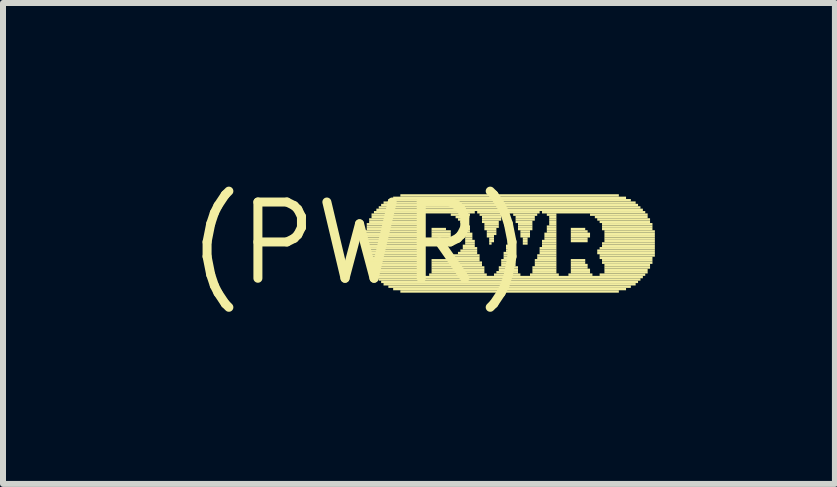
<source format=kicad_pcb>
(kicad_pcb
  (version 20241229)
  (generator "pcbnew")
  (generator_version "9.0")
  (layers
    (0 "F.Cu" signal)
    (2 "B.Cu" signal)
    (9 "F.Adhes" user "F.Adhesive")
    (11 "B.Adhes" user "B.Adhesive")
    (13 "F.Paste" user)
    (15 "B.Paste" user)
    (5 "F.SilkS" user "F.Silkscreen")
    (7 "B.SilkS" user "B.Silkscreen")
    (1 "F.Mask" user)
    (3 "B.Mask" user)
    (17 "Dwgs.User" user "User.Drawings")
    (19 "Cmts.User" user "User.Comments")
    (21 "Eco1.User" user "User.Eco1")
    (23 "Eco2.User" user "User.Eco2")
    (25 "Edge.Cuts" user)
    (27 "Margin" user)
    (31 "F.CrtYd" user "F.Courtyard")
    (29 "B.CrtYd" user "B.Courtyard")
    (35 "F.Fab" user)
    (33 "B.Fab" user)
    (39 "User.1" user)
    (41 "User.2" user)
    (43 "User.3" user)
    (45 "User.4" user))
  (footprint "(PWR)"
    (layer "F.Cu")
    (at 2.94 1.006)
    (property "Reference" "(PWR)" (at 0 0 0) (layer "F.SilkS") (effects (font (size 1.27 1.27) (thickness 0.15))))
    (attr through_hole)
    (fp_poly (pts (xy 0.08 -0.18) (xy 0.96 -0.18) (xy 0.96 -0.22) (xy 0.08 -0.22)) (stroke (width 0) (type solid)) (fill yes) (layer "F.SilkS"))
    (fp_poly (pts (xy 0.08 -0.14) (xy 0.96 -0.14) (xy 0.96 -0.18) (xy 0.08 -0.18)) (stroke (width 0) (type solid)) (fill yes) (layer "F.SilkS"))
    (fp_poly (pts (xy 0.08 -0.1) (xy 0.96 -0.1) (xy 0.96 -0.14) (xy 0.08 -0.14)) (stroke (width 0) (type solid)) (fill yes) (layer "F.SilkS"))
    (fp_poly (pts (xy 0.08 -0.06) (xy 0.96 -0.06) (xy 0.96 -0.1) (xy 0.08 -0.1)) (stroke (width 0) (type solid)) (fill yes) (layer "F.SilkS"))
    (fp_poly (pts (xy 0.08 -0.02) (xy 0.96 -0.02) (xy 0.96 -0.06) (xy 0.08 -0.06)) (stroke (width 0) (type solid)) (fill yes) (layer "F.SilkS"))
    (fp_poly (pts (xy 0.08 0.02) (xy 0.96 0.02) (xy 0.96 -0.02) (xy 0.08 -0.02)) (stroke (width 0) (type solid)) (fill yes) (layer "F.SilkS"))
    (fp_poly (pts (xy 0.08 0.06) (xy 0.96 0.06) (xy 0.96 0.02) (xy 0.08 0.02)) (stroke (width 0) (type solid)) (fill yes) (layer "F.SilkS"))
    (fp_poly (pts (xy 0.08 0.1) (xy 0.96 0.1) (xy 0.96 0.06) (xy 0.08 0.06)) (stroke (width 0) (type solid)) (fill yes) (layer "F.SilkS"))
    (fp_poly (pts (xy 0.08 0.14) (xy 0.96 0.14) (xy 0.96 0.1) (xy 0.08 0.1)) (stroke (width 0) (type solid)) (fill yes) (layer "F.SilkS"))
    (fp_poly (pts (xy 0.08 0.18) (xy 0.96 0.18) (xy 0.96 0.14) (xy 0.08 0.14)) (stroke (width 0) (type solid)) (fill yes) (layer "F.SilkS"))
    (fp_poly (pts (xy 0.08 0.22) (xy 0.96 0.22) (xy 0.96 0.18) (xy 0.08 0.18)) (stroke (width 0) (type solid)) (fill yes) (layer "F.SilkS"))
    (fp_poly (pts (xy 0.12 -0.3) (xy 0.96 -0.3) (xy 0.96 -0.34) (xy 0.12 -0.34)) (stroke (width 0) (type solid)) (fill yes) (layer "F.SilkS"))
    (fp_poly (pts (xy 0.12 -0.26) (xy 0.96 -0.26) (xy 0.96 -0.3) (xy 0.12 -0.3)) (stroke (width 0) (type solid)) (fill yes) (layer "F.SilkS"))
    (fp_poly (pts (xy 0.12 -0.22) (xy 0.96 -0.22) (xy 0.96 -0.26) (xy 0.12 -0.26)) (stroke (width 0) (type solid)) (fill yes) (layer "F.SilkS"))
    (fp_poly (pts (xy 0.12 0.26) (xy 0.96 0.26) (xy 0.96 0.22) (xy 0.12 0.22)) (stroke (width 0) (type solid)) (fill yes) (layer "F.SilkS"))
    (fp_poly (pts (xy 0.12 0.3) (xy 0.96 0.3) (xy 0.96 0.26) (xy 0.12 0.26)) (stroke (width 0) (type solid)) (fill yes) (layer "F.SilkS"))
    (fp_poly (pts (xy 0.12 0.34) (xy 0.96 0.34) (xy 0.96 0.3) (xy 0.12 0.3)) (stroke (width 0) (type solid)) (fill yes) (layer "F.SilkS"))
    (fp_poly (pts (xy 0.16 -0.38) (xy 0.96 -0.38) (xy 0.96 -0.42) (xy 0.16 -0.42)) (stroke (width 0) (type solid)) (fill yes) (layer "F.SilkS"))
    (fp_poly (pts (xy 0.16 -0.34) (xy 0.96 -0.34) (xy 0.96 -0.38) (xy 0.16 -0.38)) (stroke (width 0) (type solid)) (fill yes) (layer "F.SilkS"))
    (fp_poly (pts (xy 0.16 0.38) (xy 0.96 0.38) (xy 0.96 0.34) (xy 0.16 0.34)) (stroke (width 0) (type solid)) (fill yes) (layer "F.SilkS"))
    (fp_poly (pts (xy 0.16 0.42) (xy 0.96 0.42) (xy 0.96 0.38) (xy 0.16 0.38)) (stroke (width 0) (type solid)) (fill yes) (layer "F.SilkS"))
    (fp_poly (pts (xy 0.2 -0.46) (xy 0.96 -0.46) (xy 0.96 -0.5) (xy 0.2 -0.5)) (stroke (width 0) (type solid)) (fill yes) (layer "F.SilkS"))
    (fp_poly (pts (xy 0.2 -0.42) (xy 0.96 -0.42) (xy 0.96 -0.46) (xy 0.2 -0.46)) (stroke (width 0) (type solid)) (fill yes) (layer "F.SilkS"))
    (fp_poly (pts (xy 0.2 0.46) (xy 0.96 0.46) (xy 0.96 0.42) (xy 0.2 0.42)) (stroke (width 0) (type solid)) (fill yes) (layer "F.SilkS"))
    (fp_poly (pts (xy 0.2 0.5) (xy 0.96 0.5) (xy 0.96 0.46) (xy 0.2 0.46)) (stroke (width 0) (type solid)) (fill yes) (layer "F.SilkS"))
    (fp_poly (pts (xy 0.24 -0.5) (xy 1.92 -0.5) (xy 1.92 -0.54) (xy 0.24 -0.54)) (stroke (width 0) (type solid)) (fill yes) (layer "F.SilkS"))
    (fp_poly (pts (xy 0.24 0.54) (xy 1 0.54) (xy 1 0.5) (xy 0.24 0.5)) (stroke (width 0) (type solid)) (fill yes) (layer "F.SilkS"))
    (fp_poly (pts (xy 0.28 -0.54) (xy 4.72 -0.54) (xy 4.72 -0.58) (xy 0.28 -0.58)) (stroke (width 0) (type solid)) (fill yes) (layer "F.SilkS"))
    (fp_poly (pts (xy 0.28 0.58) (xy 4.72 0.58) (xy 4.72 0.54) (xy 0.28 0.54)) (stroke (width 0) (type solid)) (fill yes) (layer "F.SilkS"))
    (fp_poly (pts (xy 0.32 -0.58) (xy 4.68 -0.58) (xy 4.68 -0.62) (xy 0.32 -0.62)) (stroke (width 0) (type solid)) (fill yes) (layer "F.SilkS"))
    (fp_poly (pts (xy 0.32 0.62) (xy 4.68 0.62) (xy 4.68 0.58) (xy 0.32 0.58)) (stroke (width 0) (type solid)) (fill yes) (layer "F.SilkS"))
    (fp_poly (pts (xy 0.36 -0.62) (xy 4.64 -0.62) (xy 4.64 -0.66) (xy 0.36 -0.66)) (stroke (width 0) (type solid)) (fill yes) (layer "F.SilkS"))
    (fp_poly (pts (xy 0.36 0.66) (xy 4.64 0.66) (xy 4.64 0.62) (xy 0.36 0.62)) (stroke (width 0) (type solid)) (fill yes) (layer "F.SilkS"))
    (fp_poly (pts (xy 0.4 -0.66) (xy 4.6 -0.66) (xy 4.6 -0.7) (xy 0.4 -0.7)) (stroke (width 0) (type solid)) (fill yes) (layer "F.SilkS"))
    (fp_poly (pts (xy 0.4 0.7) (xy 4.6 0.7) (xy 4.6 0.66) (xy 0.4 0.66)) (stroke (width 0) (type solid)) (fill yes) (layer "F.SilkS"))
    (fp_poly (pts (xy 0.48 -0.7) (xy 4.52 -0.7) (xy 4.52 -0.74) (xy 0.48 -0.74)) (stroke (width 0) (type solid)) (fill yes) (layer "F.SilkS"))
    (fp_poly (pts (xy 0.48 0.74) (xy 4.52 0.74) (xy 4.52 0.7) (xy 0.48 0.7)) (stroke (width 0) (type solid)) (fill yes) (layer "F.SilkS"))
    (fp_poly (pts (xy 0.56 -0.74) (xy 4.44 -0.74) (xy 4.44 -0.78) (xy 0.56 -0.78)) (stroke (width 0) (type solid)) (fill yes) (layer "F.SilkS"))
    (fp_poly (pts (xy 0.56 0.78) (xy 4.44 0.78) (xy 4.44 0.74) (xy 0.56 0.74)) (stroke (width 0) (type solid)) (fill yes) (layer "F.SilkS"))
    (fp_poly (pts (xy 0.68 -0.78) (xy 4.32 -0.78) (xy 4.32 -0.82) (xy 0.68 -0.82)) (stroke (width 0) (type solid)) (fill yes) (layer "F.SilkS"))
    (fp_poly (pts (xy 0.68 0.82) (xy 4.32 0.82) (xy 4.32 0.78) (xy 0.68 0.78)) (stroke (width 0) (type solid)) (fill yes) (layer "F.SilkS"))
    (fp_poly (pts (xy 1.16 0.54) (xy 2.12 0.54) (xy 2.12 0.5) (xy 1.16 0.5)) (stroke (width 0) (type solid)) (fill yes) (layer "F.SilkS"))
    (fp_poly (pts (xy 1.2 -0.22) (xy 1.44 -0.22) (xy 1.44 -0.26) (xy 1.2 -0.26)) (stroke (width 0) (type solid)) (fill yes) (layer "F.SilkS"))
    (fp_poly (pts (xy 1.2 -0.18) (xy 1.52 -0.18) (xy 1.52 -0.22) (xy 1.2 -0.22)) (stroke (width 0) (type solid)) (fill yes) (layer "F.SilkS"))
    (fp_poly (pts (xy 1.2 -0.14) (xy 1.52 -0.14) (xy 1.52 -0.18) (xy 1.2 -0.18)) (stroke (width 0) (type solid)) (fill yes) (layer "F.SilkS"))
    (fp_poly (pts (xy 1.2 -0.1) (xy 1.52 -0.1) (xy 1.52 -0.14) (xy 1.2 -0.14)) (stroke (width 0) (type solid)) (fill yes) (layer "F.SilkS"))
    (fp_poly (pts (xy 1.2 -0.06) (xy 1.52 -0.06) (xy 1.52 -0.1) (xy 1.2 -0.1)) (stroke (width 0) (type solid)) (fill yes) (layer "F.SilkS"))
    (fp_poly (pts (xy 1.2 -0.02) (xy 1.48 -0.02) (xy 1.48 -0.06) (xy 1.2 -0.06)) (stroke (width 0) (type solid)) (fill yes) (layer "F.SilkS"))
    (fp_poly (pts (xy 1.2 0.3) (xy 2 0.3) (xy 2 0.26) (xy 1.2 0.26)) (stroke (width 0) (type solid)) (fill yes) (layer "F.SilkS"))
    (fp_poly (pts (xy 1.2 0.34) (xy 2.04 0.34) (xy 2.04 0.3) (xy 1.2 0.3)) (stroke (width 0) (type solid)) (fill yes) (layer "F.SilkS"))
    (fp_poly (pts (xy 1.2 0.38) (xy 2.04 0.38) (xy 2.04 0.34) (xy 1.2 0.34)) (stroke (width 0) (type solid)) (fill yes) (layer "F.SilkS"))
    (fp_poly (pts (xy 1.2 0.42) (xy 2.08 0.42) (xy 2.08 0.38) (xy 1.2 0.38)) (stroke (width 0) (type solid)) (fill yes) (layer "F.SilkS"))
    (fp_poly (pts (xy 1.2 0.46) (xy 2.08 0.46) (xy 2.08 0.42) (xy 1.2 0.42)) (stroke (width 0) (type solid)) (fill yes) (layer "F.SilkS"))
    (fp_poly (pts (xy 1.2 0.5) (xy 2.08 0.5) (xy 2.08 0.46) (xy 1.2 0.46)) (stroke (width 0) (type solid)) (fill yes) (layer "F.SilkS"))
    (fp_poly (pts (xy 1.44 0.26) (xy 2 0.26) (xy 2 0.22) (xy 1.44 0.22)) (stroke (width 0) (type solid)) (fill yes) (layer "F.SilkS"))
    (fp_poly (pts (xy 1.52 -0.46) (xy 1.84 -0.46) (xy 1.84 -0.5) (xy 1.52 -0.5)) (stroke (width 0) (type solid)) (fill yes) (layer "F.SilkS"))
    (fp_poly (pts (xy 1.56 0.22) (xy 2 0.22) (xy 2 0.18) (xy 1.56 0.18)) (stroke (width 0) (type solid)) (fill yes) (layer "F.SilkS"))
    (fp_poly (pts (xy 1.6 -0.42) (xy 1.8 -0.42) (xy 1.8 -0.46) (xy 1.6 -0.46)) (stroke (width 0) (type solid)) (fill yes) (layer "F.SilkS"))
    (fp_poly (pts (xy 1.64 -0.38) (xy 1.8 -0.38) (xy 1.8 -0.42) (xy 1.64 -0.42)) (stroke (width 0) (type solid)) (fill yes) (layer "F.SilkS"))
    (fp_poly (pts (xy 1.64 0.18) (xy 1.96 0.18) (xy 1.96 0.14) (xy 1.64 0.14)) (stroke (width 0) (type solid)) (fill yes) (layer "F.SilkS"))
    (fp_poly (pts (xy 1.68 -0.34) (xy 1.8 -0.34) (xy 1.8 -0.38) (xy 1.68 -0.38)) (stroke (width 0) (type solid)) (fill yes) (layer "F.SilkS"))
    (fp_poly (pts (xy 1.68 0.14) (xy 1.96 0.14) (xy 1.96 0.1) (xy 1.68 0.1)) (stroke (width 0) (type solid)) (fill yes) (layer "F.SilkS"))
    (fp_poly (pts (xy 1.72 -0.3) (xy 1.8 -0.3) (xy 1.8 -0.34) (xy 1.72 -0.34)) (stroke (width 0) (type solid)) (fill yes) (layer "F.SilkS"))
    (fp_poly (pts (xy 1.72 -0.26) (xy 1.84 -0.26) (xy 1.84 -0.3) (xy 1.72 -0.3)) (stroke (width 0) (type solid)) (fill yes) (layer "F.SilkS"))
    (fp_poly (pts (xy 1.72 0.06) (xy 1.92 0.06) (xy 1.92 0.02) (xy 1.72 0.02)) (stroke (width 0) (type solid)) (fill yes) (layer "F.SilkS"))
    (fp_poly (pts (xy 1.72 0.1) (xy 1.96 0.1) (xy 1.96 0.06) (xy 1.72 0.06)) (stroke (width 0) (type solid)) (fill yes) (layer "F.SilkS"))
    (fp_poly (pts (xy 1.76 -0.22) (xy 1.84 -0.22) (xy 1.84 -0.26) (xy 1.76 -0.26)) (stroke (width 0) (type solid)) (fill yes) (layer "F.SilkS"))
    (fp_poly (pts (xy 1.76 -0.18) (xy 1.84 -0.18) (xy 1.84 -0.22) (xy 1.76 -0.22)) (stroke (width 0) (type solid)) (fill yes) (layer "F.SilkS"))
    (fp_poly (pts (xy 1.76 -0.14) (xy 1.88 -0.14) (xy 1.88 -0.18) (xy 1.76 -0.18)) (stroke (width 0) (type solid)) (fill yes) (layer "F.SilkS"))
    (fp_poly (pts (xy 1.76 -0.1) (xy 1.88 -0.1) (xy 1.88 -0.14) (xy 1.76 -0.14)) (stroke (width 0) (type solid)) (fill yes) (layer "F.SilkS"))
    (fp_poly (pts (xy 1.76 -0.06) (xy 1.88 -0.06) (xy 1.88 -0.1) (xy 1.76 -0.1)) (stroke (width 0) (type solid)) (fill yes) (layer "F.SilkS"))
    (fp_poly (pts (xy 1.76 -0.02) (xy 1.92 -0.02) (xy 1.92 -0.06) (xy 1.76 -0.06)) (stroke (width 0) (type solid)) (fill yes) (layer "F.SilkS"))
    (fp_poly (pts (xy 1.76 0.02) (xy 1.92 0.02) (xy 1.92 -0.02) (xy 1.76 -0.02)) (stroke (width 0) (type solid)) (fill yes) (layer "F.SilkS"))
    (fp_poly (pts (xy 1.96 -0.5) (xy 3 -0.5) (xy 3 -0.54) (xy 1.96 -0.54)) (stroke (width 0) (type solid)) (fill yes) (layer "F.SilkS"))
    (fp_poly (pts (xy 2 -0.46) (xy 2.4 -0.46) (xy 2.4 -0.5) (xy 2 -0.5)) (stroke (width 0) (type solid)) (fill yes) (layer "F.SilkS"))
    (fp_poly (pts (xy 2.04 -0.42) (xy 2.36 -0.42) (xy 2.36 -0.46) (xy 2.04 -0.46)) (stroke (width 0) (type solid)) (fill yes) (layer "F.SilkS"))
    (fp_poly (pts (xy 2.04 -0.38) (xy 2.36 -0.38) (xy 2.36 -0.42) (xy 2.04 -0.42)) (stroke (width 0) (type solid)) (fill yes) (layer "F.SilkS"))
    (fp_poly (pts (xy 2.04 -0.34) (xy 2.32 -0.34) (xy 2.32 -0.38) (xy 2.04 -0.38)) (stroke (width 0) (type solid)) (fill yes) (layer "F.SilkS"))
    (fp_poly (pts (xy 2.08 -0.3) (xy 2.32 -0.3) (xy 2.32 -0.34) (xy 2.08 -0.34)) (stroke (width 0) (type solid)) (fill yes) (layer "F.SilkS"))
    (fp_poly (pts (xy 2.08 -0.26) (xy 2.32 -0.26) (xy 2.32 -0.3) (xy 2.08 -0.3)) (stroke (width 0) (type solid)) (fill yes) (layer "F.SilkS"))
    (fp_poly (pts (xy 2.08 -0.22) (xy 2.28 -0.22) (xy 2.28 -0.26) (xy 2.08 -0.26)) (stroke (width 0) (type solid)) (fill yes) (layer "F.SilkS"))
    (fp_poly (pts (xy 2.12 -0.18) (xy 2.28 -0.18) (xy 2.28 -0.22) (xy 2.12 -0.22)) (stroke (width 0) (type solid)) (fill yes) (layer "F.SilkS"))
    (fp_poly (pts (xy 2.12 -0.14) (xy 2.28 -0.14) (xy 2.28 -0.18) (xy 2.12 -0.18)) (stroke (width 0) (type solid)) (fill yes) (layer "F.SilkS"))
    (fp_poly (pts (xy 2.12 -0.1) (xy 2.24 -0.1) (xy 2.24 -0.14) (xy 2.12 -0.14)) (stroke (width 0) (type solid)) (fill yes) (layer "F.SilkS"))
    (fp_poly (pts (xy 2.16 -0.06) (xy 2.24 -0.06) (xy 2.24 -0.1) (xy 2.16 -0.1)) (stroke (width 0) (type solid)) (fill yes) (layer "F.SilkS"))
    (fp_poly (pts (xy 2.16 -0.02) (xy 2.24 -0.02) (xy 2.24 -0.06) (xy 2.16 -0.06)) (stroke (width 0) (type solid)) (fill yes) (layer "F.SilkS"))
    (fp_poly (pts (xy 2.16 0.02) (xy 2.2 0.02) (xy 2.2 -0.02) (xy 2.16 -0.02)) (stroke (width 0) (type solid)) (fill yes) (layer "F.SilkS"))
    (fp_poly (pts (xy 2.24 0.54) (xy 2.68 0.54) (xy 2.68 0.5) (xy 2.24 0.5)) (stroke (width 0) (type solid)) (fill yes) (layer "F.SilkS"))
    (fp_poly (pts (xy 2.28 0.5) (xy 2.64 0.5) (xy 2.64 0.46) (xy 2.28 0.46)) (stroke (width 0) (type solid)) (fill yes) (layer "F.SilkS"))
    (fp_poly (pts (xy 2.32 0.42) (xy 2.64 0.42) (xy 2.64 0.38) (xy 2.32 0.38)) (stroke (width 0) (type solid)) (fill yes) (layer "F.SilkS"))
    (fp_poly (pts (xy 2.32 0.46) (xy 2.64 0.46) (xy 2.64 0.42) (xy 2.32 0.42)) (stroke (width 0) (type solid)) (fill yes) (layer "F.SilkS"))
    (fp_poly (pts (xy 2.36 0.3) (xy 2.6 0.3) (xy 2.6 0.26) (xy 2.36 0.26)) (stroke (width 0) (type solid)) (fill yes) (layer "F.SilkS"))
    (fp_poly (pts (xy 2.36 0.34) (xy 2.6 0.34) (xy 2.6 0.3) (xy 2.36 0.3)) (stroke (width 0) (type solid)) (fill yes) (layer "F.SilkS"))
    (fp_poly (pts (xy 2.36 0.38) (xy 2.6 0.38) (xy 2.6 0.34) (xy 2.36 0.34)) (stroke (width 0) (type solid)) (fill yes) (layer "F.SilkS"))
    (fp_poly (pts (xy 2.4 0.18) (xy 2.56 0.18) (xy 2.56 0.14) (xy 2.4 0.14)) (stroke (width 0) (type solid)) (fill yes) (layer "F.SilkS"))
    (fp_poly (pts (xy 2.4 0.22) (xy 2.56 0.22) (xy 2.56 0.18) (xy 2.4 0.18)) (stroke (width 0) (type solid)) (fill yes) (layer "F.SilkS"))
    (fp_poly (pts (xy 2.4 0.26) (xy 2.56 0.26) (xy 2.56 0.22) (xy 2.4 0.22)) (stroke (width 0) (type solid)) (fill yes) (layer "F.SilkS"))
    (fp_poly (pts (xy 2.44 0.06) (xy 2.52 0.06) (xy 2.52 0.02) (xy 2.44 0.02)) (stroke (width 0) (type solid)) (fill yes) (layer "F.SilkS"))
    (fp_poly (pts (xy 2.44 0.1) (xy 2.52 0.1) (xy 2.52 0.06) (xy 2.44 0.06)) (stroke (width 0) (type solid)) (fill yes) (layer "F.SilkS"))
    (fp_poly (pts (xy 2.44 0.14) (xy 2.52 0.14) (xy 2.52 0.1) (xy 2.44 0.1)) (stroke (width 0) (type solid)) (fill yes) (layer "F.SilkS"))
    (fp_poly (pts (xy 2.56 -0.46) (xy 2.96 -0.46) (xy 2.96 -0.5) (xy 2.56 -0.5)) (stroke (width 0) (type solid)) (fill yes) (layer "F.SilkS"))
    (fp_poly (pts (xy 2.6 -0.42) (xy 2.92 -0.42) (xy 2.92 -0.46) (xy 2.6 -0.46)) (stroke (width 0) (type solid)) (fill yes) (layer "F.SilkS"))
    (fp_poly (pts (xy 2.6 -0.38) (xy 2.92 -0.38) (xy 2.92 -0.42) (xy 2.6 -0.42)) (stroke (width 0) (type solid)) (fill yes) (layer "F.SilkS"))
    (fp_poly (pts (xy 2.6 -0.34) (xy 2.88 -0.34) (xy 2.88 -0.38) (xy 2.6 -0.38)) (stroke (width 0) (type solid)) (fill yes) (layer "F.SilkS"))
    (fp_poly (pts (xy 2.64 -0.3) (xy 2.88 -0.3) (xy 2.88 -0.34) (xy 2.64 -0.34)) (stroke (width 0) (type solid)) (fill yes) (layer "F.SilkS"))
    (fp_poly (pts (xy 2.64 -0.26) (xy 2.88 -0.26) (xy 2.88 -0.3) (xy 2.64 -0.3)) (stroke (width 0) (type solid)) (fill yes) (layer "F.SilkS"))
    (fp_poly (pts (xy 2.64 -0.22) (xy 2.88 -0.22) (xy 2.88 -0.26) (xy 2.64 -0.26)) (stroke (width 0) (type solid)) (fill yes) (layer "F.SilkS"))
    (fp_poly (pts (xy 2.68 -0.18) (xy 2.84 -0.18) (xy 2.84 -0.22) (xy 2.68 -0.22)) (stroke (width 0) (type solid)) (fill yes) (layer "F.SilkS"))
    (fp_poly (pts (xy 2.68 -0.14) (xy 2.84 -0.14) (xy 2.84 -0.18) (xy 2.68 -0.18)) (stroke (width 0) (type solid)) (fill yes) (layer "F.SilkS"))
    (fp_poly (pts (xy 2.68 -0.1) (xy 2.84 -0.1) (xy 2.84 -0.14) (xy 2.68 -0.14)) (stroke (width 0) (type solid)) (fill yes) (layer "F.SilkS"))
    (fp_poly (pts (xy 2.72 -0.06) (xy 2.8 -0.06) (xy 2.8 -0.1) (xy 2.72 -0.1)) (stroke (width 0) (type solid)) (fill yes) (layer "F.SilkS"))
    (fp_poly (pts (xy 2.72 -0.02) (xy 2.8 -0.02) (xy 2.8 -0.06) (xy 2.72 -0.06)) (stroke (width 0) (type solid)) (fill yes) (layer "F.SilkS"))
    (fp_poly (pts (xy 2.72 0.02) (xy 2.8 0.02) (xy 2.8 -0.02) (xy 2.72 -0.02)) (stroke (width 0) (type solid)) (fill yes) (layer "F.SilkS"))
    (fp_poly (pts (xy 2.84 0.54) (xy 3.32 0.54) (xy 3.32 0.5) (xy 2.84 0.5)) (stroke (width 0) (type solid)) (fill yes) (layer "F.SilkS"))
    (fp_poly (pts (xy 2.88 0.42) (xy 3.28 0.42) (xy 3.28 0.38) (xy 2.88 0.38)) (stroke (width 0) (type solid)) (fill yes) (layer "F.SilkS"))
    (fp_poly (pts (xy 2.88 0.46) (xy 3.28 0.46) (xy 3.28 0.42) (xy 2.88 0.42)) (stroke (width 0) (type solid)) (fill yes) (layer "F.SilkS"))
    (fp_poly (pts (xy 2.88 0.5) (xy 3.28 0.5) (xy 3.28 0.46) (xy 2.88 0.46)) (stroke (width 0) (type solid)) (fill yes) (layer "F.SilkS"))
    (fp_poly (pts (xy 2.92 0.3) (xy 3.28 0.3) (xy 3.28 0.26) (xy 2.92 0.26)) (stroke (width 0) (type solid)) (fill yes) (layer "F.SilkS"))
    (fp_poly (pts (xy 2.92 0.34) (xy 3.28 0.34) (xy 3.28 0.3) (xy 2.92 0.3)) (stroke (width 0) (type solid)) (fill yes) (layer "F.SilkS"))
    (fp_poly (pts (xy 2.92 0.38) (xy 3.28 0.38) (xy 3.28 0.34) (xy 2.92 0.34)) (stroke (width 0) (type solid)) (fill yes) (layer "F.SilkS"))
    (fp_poly (pts (xy 2.96 0.22) (xy 3.28 0.22) (xy 3.28 0.18) (xy 2.96 0.18)) (stroke (width 0) (type solid)) (fill yes) (layer "F.SilkS"))
    (fp_poly (pts (xy 2.96 0.26) (xy 3.28 0.26) (xy 3.28 0.22) (xy 2.96 0.22)) (stroke (width 0) (type solid)) (fill yes) (layer "F.SilkS"))
    (fp_poly (pts (xy 3 0.1) (xy 3.28 0.1) (xy 3.28 0.06) (xy 3 0.06)) (stroke (width 0) (type solid)) (fill yes) (layer "F.SilkS"))
    (fp_poly (pts (xy 3 0.14) (xy 3.28 0.14) (xy 3.28 0.1) (xy 3 0.1)) (stroke (width 0) (type solid)) (fill yes) (layer "F.SilkS"))
    (fp_poly (pts (xy 3 0.18) (xy 3.28 0.18) (xy 3.28 0.14) (xy 3 0.14)) (stroke (width 0) (type solid)) (fill yes) (layer "F.SilkS"))
    (fp_poly (pts (xy 3.04 -0.5) (xy 4.76 -0.5) (xy 4.76 -0.54) (xy 3.04 -0.54)) (stroke (width 0) (type solid)) (fill yes) (layer "F.SilkS"))
    (fp_poly (pts (xy 3.04 -0.02) (xy 3.28 -0.02) (xy 3.28 -0.06) (xy 3.04 -0.06)) (stroke (width 0) (type solid)) (fill yes) (layer "F.SilkS"))
    (fp_poly (pts (xy 3.04 0.02) (xy 3.28 0.02) (xy 3.28 -0.02) (xy 3.04 -0.02)) (stroke (width 0) (type solid)) (fill yes) (layer "F.SilkS"))
    (fp_poly (pts (xy 3.04 0.06) (xy 3.28 0.06) (xy 3.28 0.02) (xy 3.04 0.02)) (stroke (width 0) (type solid)) (fill yes) (layer "F.SilkS"))
    (fp_poly (pts (xy 3.08 -0.14) (xy 3.28 -0.14) (xy 3.28 -0.18) (xy 3.08 -0.18)) (stroke (width 0) (type solid)) (fill yes) (layer "F.SilkS"))
    (fp_poly (pts (xy 3.08 -0.1) (xy 3.28 -0.1) (xy 3.28 -0.14) (xy 3.08 -0.14)) (stroke (width 0) (type solid)) (fill yes) (layer "F.SilkS"))
    (fp_poly (pts (xy 3.08 -0.06) (xy 3.28 -0.06) (xy 3.28 -0.1) (xy 3.08 -0.1)) (stroke (width 0) (type solid)) (fill yes) (layer "F.SilkS"))
    (fp_poly (pts (xy 3.12 -0.46) (xy 3.28 -0.46) (xy 3.28 -0.5) (xy 3.12 -0.5)) (stroke (width 0) (type solid)) (fill yes) (layer "F.SilkS"))
    (fp_poly (pts (xy 3.12 -0.26) (xy 3.28 -0.26) (xy 3.28 -0.3) (xy 3.12 -0.3)) (stroke (width 0) (type solid)) (fill yes) (layer "F.SilkS"))
    (fp_poly (pts (xy 3.12 -0.22) (xy 3.28 -0.22) (xy 3.28 -0.26) (xy 3.12 -0.26)) (stroke (width 0) (type solid)) (fill yes) (layer "F.SilkS"))
    (fp_poly (pts (xy 3.12 -0.18) (xy 3.28 -0.18) (xy 3.28 -0.22) (xy 3.12 -0.22)) (stroke (width 0) (type solid)) (fill yes) (layer "F.SilkS"))
    (fp_poly (pts (xy 3.16 -0.42) (xy 3.28 -0.42) (xy 3.28 -0.46) (xy 3.16 -0.46)) (stroke (width 0) (type solid)) (fill yes) (layer "F.SilkS"))
    (fp_poly (pts (xy 3.16 -0.38) (xy 3.28 -0.38) (xy 3.28 -0.42) (xy 3.16 -0.42)) (stroke (width 0) (type solid)) (fill yes) (layer "F.SilkS"))
    (fp_poly (pts (xy 3.16 -0.34) (xy 3.28 -0.34) (xy 3.28 -0.38) (xy 3.16 -0.38)) (stroke (width 0) (type solid)) (fill yes) (layer "F.SilkS"))
    (fp_poly (pts (xy 3.16 -0.3) (xy 3.28 -0.3) (xy 3.28 -0.34) (xy 3.16 -0.34)) (stroke (width 0) (type solid)) (fill yes) (layer "F.SilkS"))
    (fp_poly (pts (xy 3.48 0.54) (xy 3.88 0.54) (xy 3.88 0.5) (xy 3.48 0.5)) (stroke (width 0) (type solid)) (fill yes) (layer "F.SilkS"))
    (fp_poly (pts (xy 3.52 -0.22) (xy 3.76 -0.22) (xy 3.76 -0.26) (xy 3.52 -0.26)) (stroke (width 0) (type solid)) (fill yes) (layer "F.SilkS"))
    (fp_poly (pts (xy 3.52 -0.18) (xy 3.8 -0.18) (xy 3.8 -0.22) (xy 3.52 -0.22)) (stroke (width 0) (type solid)) (fill yes) (layer "F.SilkS"))
    (fp_poly (pts (xy 3.52 -0.14) (xy 3.84 -0.14) (xy 3.84 -0.18) (xy 3.52 -0.18)) (stroke (width 0) (type solid)) (fill yes) (layer "F.SilkS"))
    (fp_poly (pts (xy 3.52 -0.1) (xy 3.84 -0.1) (xy 3.84 -0.14) (xy 3.52 -0.14)) (stroke (width 0) (type solid)) (fill yes) (layer "F.SilkS"))
    (fp_poly (pts (xy 3.52 -0.06) (xy 3.8 -0.06) (xy 3.8 -0.1) (xy 3.52 -0.1)) (stroke (width 0) (type solid)) (fill yes) (layer "F.SilkS"))
    (fp_poly (pts (xy 3.52 -0.02) (xy 3.8 -0.02) (xy 3.8 -0.06) (xy 3.52 -0.06)) (stroke (width 0) (type solid)) (fill yes) (layer "F.SilkS"))
    (fp_poly (pts (xy 3.52 0.3) (xy 3.76 0.3) (xy 3.76 0.26) (xy 3.52 0.26)) (stroke (width 0) (type solid)) (fill yes) (layer "F.SilkS"))
    (fp_poly (pts (xy 3.52 0.34) (xy 3.76 0.34) (xy 3.76 0.3) (xy 3.52 0.3)) (stroke (width 0) (type solid)) (fill yes) (layer "F.SilkS"))
    (fp_poly (pts (xy 3.52 0.38) (xy 3.8 0.38) (xy 3.8 0.34) (xy 3.52 0.34)) (stroke (width 0) (type solid)) (fill yes) (layer "F.SilkS"))
    (fp_poly (pts (xy 3.52 0.42) (xy 3.8 0.42) (xy 3.8 0.38) (xy 3.52 0.38)) (stroke (width 0) (type solid)) (fill yes) (layer "F.SilkS"))
    (fp_poly (pts (xy 3.52 0.46) (xy 3.84 0.46) (xy 3.84 0.42) (xy 3.52 0.42)) (stroke (width 0) (type solid)) (fill yes) (layer "F.SilkS"))
    (fp_poly (pts (xy 3.52 0.5) (xy 3.84 0.5) (xy 3.84 0.46) (xy 3.52 0.46)) (stroke (width 0) (type solid)) (fill yes) (layer "F.SilkS"))
    (fp_poly (pts (xy 3.84 -0.46) (xy 4.8 -0.46) (xy 4.8 -0.5) (xy 3.84 -0.5)) (stroke (width 0) (type solid)) (fill yes) (layer "F.SilkS"))
    (fp_poly (pts (xy 3.92 -0.42) (xy 4.8 -0.42) (xy 4.8 -0.46) (xy 3.92 -0.46)) (stroke (width 0) (type solid)) (fill yes) (layer "F.SilkS"))
    (fp_poly (pts (xy 3.96 -0.38) (xy 4.84 -0.38) (xy 4.84 -0.42) (xy 3.96 -0.42)) (stroke (width 0) (type solid)) (fill yes) (layer "F.SilkS"))
    (fp_poly (pts (xy 3.96 0.14) (xy 4.92 0.14) (xy 4.92 0.1) (xy 3.96 0.1)) (stroke (width 0) (type solid)) (fill yes) (layer "F.SilkS"))
    (fp_poly (pts (xy 3.96 0.18) (xy 4.92 0.18) (xy 4.92 0.14) (xy 3.96 0.14)) (stroke (width 0) (type solid)) (fill yes) (layer "F.SilkS"))
    (fp_poly (pts (xy 4 -0.34) (xy 4.84 -0.34) (xy 4.84 -0.38) (xy 4 -0.38)) (stroke (width 0) (type solid)) (fill yes) (layer "F.SilkS"))
    (fp_poly (pts (xy 4 0.1) (xy 4.92 0.1) (xy 4.92 0.06) (xy 4 0.06)) (stroke (width 0) (type solid)) (fill yes) (layer "F.SilkS"))
    (fp_poly (pts (xy 4 0.22) (xy 4.92 0.22) (xy 4.92 0.18) (xy 4 0.18)) (stroke (width 0) (type solid)) (fill yes) (layer "F.SilkS"))
    (fp_poly (pts (xy 4 0.26) (xy 4.88 0.26) (xy 4.88 0.22) (xy 4 0.22)) (stroke (width 0) (type solid)) (fill yes) (layer "F.SilkS"))
    (fp_poly (pts (xy 4 0.54) (xy 4.76 0.54) (xy 4.76 0.5) (xy 4 0.5)) (stroke (width 0) (type solid)) (fill yes) (layer "F.SilkS"))
    (fp_poly (pts (xy 4.04 -0.3) (xy 4.88 -0.3) (xy 4.88 -0.34) (xy 4.04 -0.34)) (stroke (width 0) (type solid)) (fill yes) (layer "F.SilkS"))
    (fp_poly (pts (xy 4.04 -0.26) (xy 4.88 -0.26) (xy 4.88 -0.3) (xy 4.04 -0.3)) (stroke (width 0) (type solid)) (fill yes) (layer "F.SilkS"))
    (fp_poly (pts (xy 4.04 -0.22) (xy 4.88 -0.22) (xy 4.88 -0.26) (xy 4.04 -0.26)) (stroke (width 0) (type solid)) (fill yes) (layer "F.SilkS"))
    (fp_poly (pts (xy 4.04 0.02) (xy 4.92 0.02) (xy 4.92 -0.02) (xy 4.04 -0.02)) (stroke (width 0) (type solid)) (fill yes) (layer "F.SilkS"))
    (fp_poly (pts (xy 4.04 0.06) (xy 4.92 0.06) (xy 4.92 0.02) (xy 4.04 0.02)) (stroke (width 0) (type solid)) (fill yes) (layer "F.SilkS"))
    (fp_poly (pts (xy 4.04 0.3) (xy 4.88 0.3) (xy 4.88 0.26) (xy 4.04 0.26)) (stroke (width 0) (type solid)) (fill yes) (layer "F.SilkS"))
    (fp_poly (pts (xy 4.04 0.34) (xy 4.88 0.34) (xy 4.88 0.3) (xy 4.04 0.3)) (stroke (width 0) (type solid)) (fill yes) (layer "F.SilkS"))
    (fp_poly (pts (xy 4.08 -0.18) (xy 4.92 -0.18) (xy 4.92 -0.22) (xy 4.08 -0.22)) (stroke (width 0) (type solid)) (fill yes) (layer "F.SilkS"))
    (fp_poly (pts (xy 4.08 -0.14) (xy 4.92 -0.14) (xy 4.92 -0.18) (xy 4.08 -0.18)) (stroke (width 0) (type solid)) (fill yes) (layer "F.SilkS"))
    (fp_poly (pts (xy 4.08 -0.1) (xy 4.92 -0.1) (xy 4.92 -0.14) (xy 4.08 -0.14)) (stroke (width 0) (type solid)) (fill yes) (layer "F.SilkS"))
    (fp_poly (pts (xy 4.08 -0.06) (xy 4.92 -0.06) (xy 4.92 -0.1) (xy 4.08 -0.1)) (stroke (width 0) (type solid)) (fill yes) (layer "F.SilkS"))
    (fp_poly (pts (xy 4.08 -0.02) (xy 4.92 -0.02) (xy 4.92 -0.06) (xy 4.08 -0.06)) (stroke (width 0) (type solid)) (fill yes) (layer "F.SilkS"))
    (fp_poly (pts (xy 4.08 0.38) (xy 4.84 0.38) (xy 4.84 0.34) (xy 4.08 0.34)) (stroke (width 0) (type solid)) (fill yes) (layer "F.SilkS"))
    (fp_poly (pts (xy 4.08 0.42) (xy 4.84 0.42) (xy 4.84 0.38) (xy 4.08 0.38)) (stroke (width 0) (type solid)) (fill yes) (layer "F.SilkS"))
    (fp_poly (pts (xy 4.08 0.46) (xy 4.8 0.46) (xy 4.8 0.42) (xy 4.08 0.42)) (stroke (width 0) (type solid)) (fill yes) (layer "F.SilkS"))
    (fp_poly (pts (xy 4.08 0.5) (xy 4.8 0.5) (xy 4.8 0.46) (xy 4.08 0.46)) (stroke (width 0) (type solid)) (fill yes) (layer "F.SilkS")))
  (gr_rect
    (start -3 -3)
    (end 10.86 5.012)
    (stroke (width 0.1) (type default))
    (fill no)
    (layer "Edge.Cuts")))
</source>
